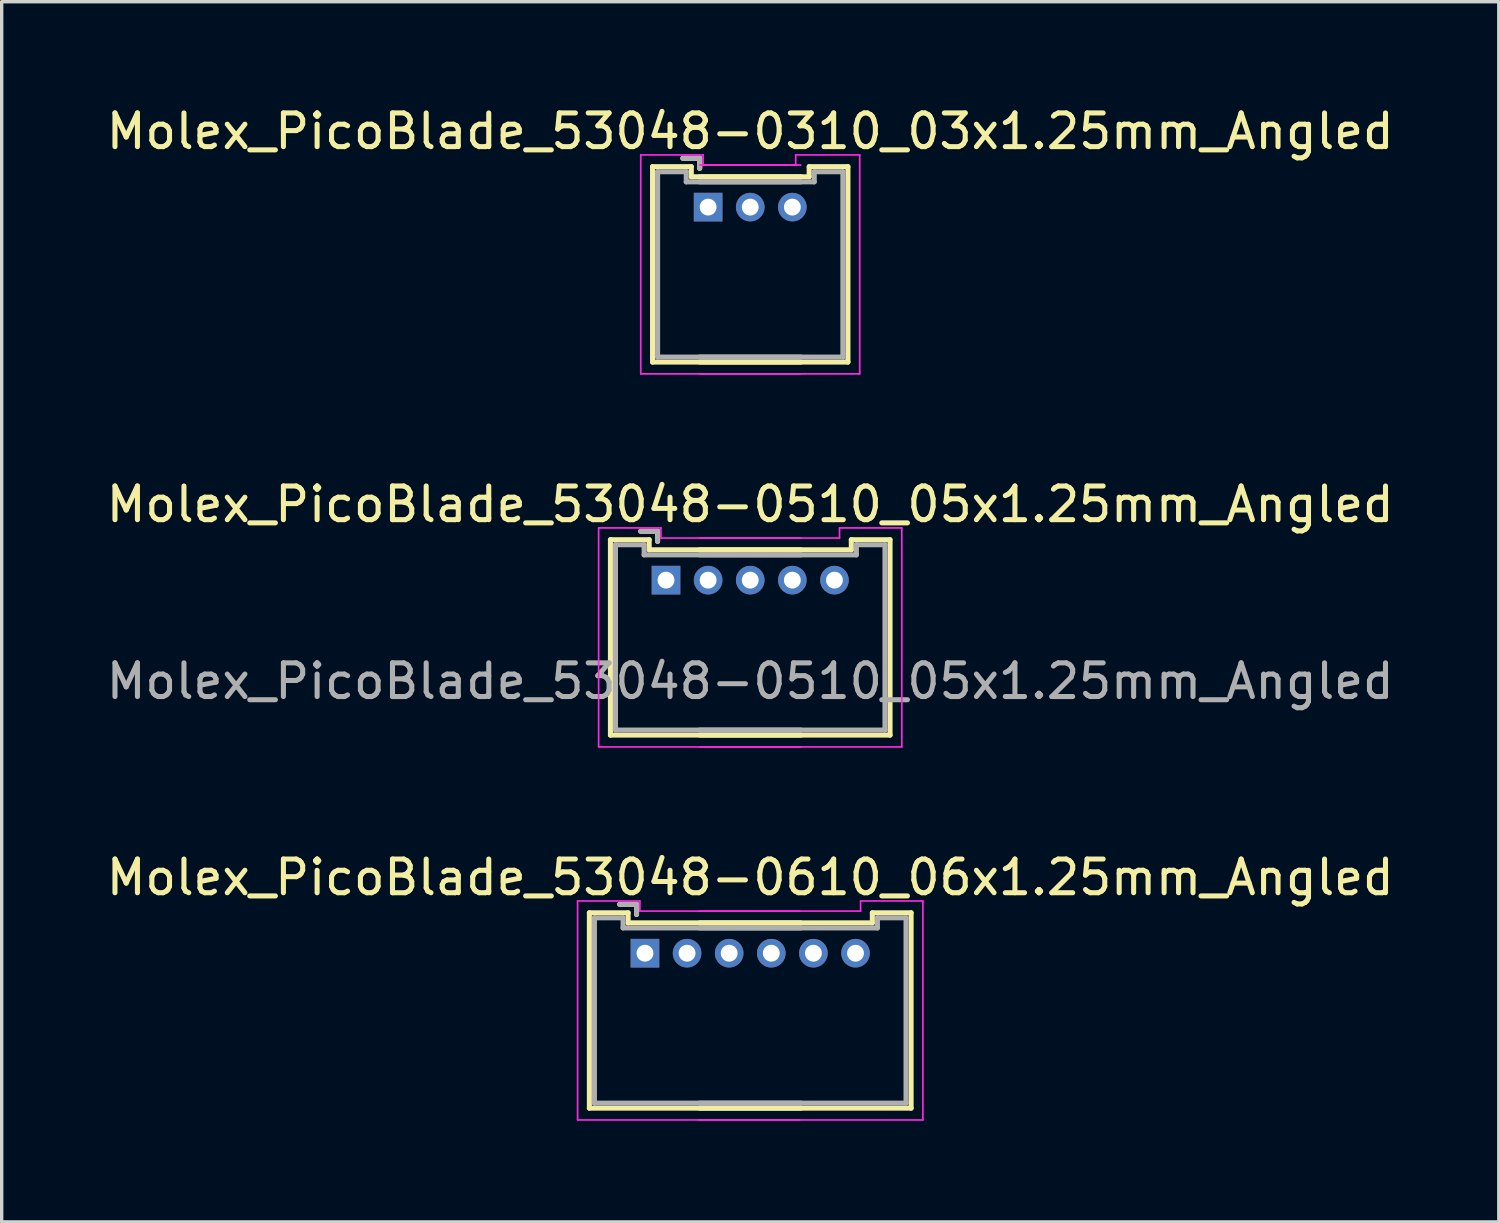
<source format=kicad_pcb>
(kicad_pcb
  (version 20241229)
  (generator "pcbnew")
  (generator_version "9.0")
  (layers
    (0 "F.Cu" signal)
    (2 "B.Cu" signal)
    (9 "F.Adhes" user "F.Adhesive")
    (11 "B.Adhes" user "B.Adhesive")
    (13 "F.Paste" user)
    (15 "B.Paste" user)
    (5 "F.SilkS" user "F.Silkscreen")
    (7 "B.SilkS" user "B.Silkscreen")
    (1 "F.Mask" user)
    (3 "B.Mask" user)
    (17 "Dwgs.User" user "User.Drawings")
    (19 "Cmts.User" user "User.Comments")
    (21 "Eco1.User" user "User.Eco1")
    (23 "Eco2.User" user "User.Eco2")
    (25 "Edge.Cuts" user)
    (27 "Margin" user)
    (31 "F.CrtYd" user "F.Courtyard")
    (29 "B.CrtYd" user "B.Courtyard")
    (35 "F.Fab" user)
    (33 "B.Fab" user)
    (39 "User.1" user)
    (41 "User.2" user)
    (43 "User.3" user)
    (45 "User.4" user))
  (footprint "Molex_PicoBlade_53048-0610_06x1.25mm_Angled"
    (layer "F.Cu")
    (at 16.095 25.245)
    (property "Reference" "Molex_PicoBlade_53048-0610_06x1.25mm_Angled" (at 3.125 -2.25 0) (layer "F.SilkS") (effects (font (size 1 1) (thickness 0.15))))
    (attr through_hole)
    (fp_line (start -1.65 -1.2) (end -1.65 4.6) (stroke (width 0.15) (type solid)) (layer "F.SilkS"))
    (fp_line (start -1.65 4.6) (end 4.625 4.6) (stroke (width 0.15) (type solid)) (layer "F.SilkS"))
    (fp_line (start -0.5 -1.2) (end -1.65 -1.2) (stroke (width 0.15) (type solid)) (layer "F.SilkS"))
    (fp_line (start -0.5 -0.9) (end -0.5 -1.2) (stroke (width 0.15) (type solid)) (layer "F.SilkS"))
    (fp_line (start -0.25 -1.45) (end -0.75 -1.45) (stroke (width 0.15) (type solid)) (layer "F.SilkS"))
    (fp_line (start -0.25 -1.15) (end -0.25 -1.45) (stroke (width 0.15) (type solid)) (layer "F.SilkS"))
    (fp_line (start 1.625 -0.9) (end 6.75 -0.9) (stroke (width 0.15) (type solid)) (layer "F.SilkS"))
    (fp_line (start 4.625 -0.9) (end -0.5 -0.9) (stroke (width 0.15) (type solid)) (layer "F.SilkS"))
    (fp_line (start 6.75 -1.2) (end 7.9 -1.2) (stroke (width 0.15) (type solid)) (layer "F.SilkS"))
    (fp_line (start 6.75 -0.9) (end 6.75 -1.2) (stroke (width 0.15) (type solid)) (layer "F.SilkS"))
    (fp_line (start 7.9 -1.2) (end 7.9 4.6) (stroke (width 0.15) (type solid)) (layer "F.SilkS"))
    (fp_line (start 7.9 4.6) (end 1.625 4.6) (stroke (width 0.15) (type solid)) (layer "F.SilkS"))
    (fp_line (start -2 -1.55) (end -2 4.95) (stroke (width 0.05) (type solid)) (layer "F.CrtYd"))
    (fp_line (start -2 4.95) (end 4.6 4.95) (stroke (width 0.05) (type solid)) (layer "F.CrtYd"))
    (fp_line (start -0.15 -1.55) (end -2 -1.55) (stroke (width 0.05) (type solid)) (layer "F.CrtYd"))
    (fp_line (start -0.15 -1.25) (end -0.15 -1.55) (stroke (width 0.05) (type solid)) (layer "F.CrtYd"))
    (fp_line (start 1.6 -1.25) (end 6.4 -1.25) (stroke (width 0.05) (type solid)) (layer "F.CrtYd"))
    (fp_line (start 4.6 -1.25) (end -0.15 -1.25) (stroke (width 0.05) (type solid)) (layer "F.CrtYd"))
    (fp_line (start 6.4 -1.55) (end 8.25 -1.55) (stroke (width 0.05) (type solid)) (layer "F.CrtYd"))
    (fp_line (start 6.4 -1.25) (end 6.4 -1.55) (stroke (width 0.05) (type solid)) (layer "F.CrtYd"))
    (fp_line (start 8.25 -1.55) (end 8.25 4.95) (stroke (width 0.05) (type solid)) (layer "F.CrtYd"))
    (fp_line (start 8.25 4.95) (end 1.6 4.95) (stroke (width 0.05) (type solid)) (layer "F.CrtYd"))
    (fp_line (start -1.5 -1.05) (end -1.5 4.45) (stroke (width 0.15) (type solid)) (layer "F.Fab"))
    (fp_line (start -1.5 4.45) (end 4.625 4.45) (stroke (width 0.15) (type solid)) (layer "F.Fab"))
    (fp_line (start -0.65 -1.05) (end -1.5 -1.05) (stroke (width 0.15) (type solid)) (layer "F.Fab"))
    (fp_line (start -0.65 -0.75) (end -0.65 -1.05) (stroke (width 0.15) (type solid)) (layer "F.Fab"))
    (fp_line (start -0.25 -1.45) (end -0.75 -1.45) (stroke (width 0.15) (type solid)) (layer "F.Fab"))
    (fp_line (start -0.25 -1.15) (end -0.25 -1.45) (stroke (width 0.15) (type solid)) (layer "F.Fab"))
    (fp_line (start 1.625 -0.75) (end 6.9 -0.75) (stroke (width 0.15) (type solid)) (layer "F.Fab"))
    (fp_line (start 4.625 -0.75) (end -0.65 -0.75) (stroke (width 0.15) (type solid)) (layer "F.Fab"))
    (fp_line (start 6.9 -1.05) (end 7.75 -1.05) (stroke (width 0.15) (type solid)) (layer "F.Fab"))
    (fp_line (start 6.9 -0.75) (end 6.9 -1.05) (stroke (width 0.15) (type solid)) (layer "F.Fab"))
    (fp_line (start 7.75 -1.05) (end 7.75 4.45) (stroke (width 0.15) (type solid)) (layer "F.Fab"))
    (fp_line (start 7.75 4.45) (end 1.625 4.45) (stroke (width 0.15) (type solid)) (layer "F.Fab"))
    (pad "1" thru_hole rect (at 0 0) (size 0.85 0.85) (drill 0.5) (layers "*.Cu" "*.Mask"))
    (pad "2" thru_hole circle (at 1.25 0) (size 0.85 0.85) (drill 0.5) (layers "*.Cu" "*.Mask"))
    (pad "3" thru_hole circle (at 2.5 0) (size 0.85 0.85) (drill 0.5) (layers "*.Cu" "*.Mask"))
    (pad "4" thru_hole circle (at 3.75 0) (size 0.85 0.85) (drill 0.5) (layers "*.Cu" "*.Mask"))
    (pad "5" thru_hole circle (at 5 0) (size 0.85 0.85) (drill 0.5) (layers "*.Cu" "*.Mask"))
    (pad "6" thru_hole circle (at 6.25 0) (size 0.85 0.85) (drill 0.5) (layers "*.Cu" "*.Mask")))
  (footprint "Molex_PicoBlade_53048-0310_03x1.25mm_Angled"
    (layer "F.Cu")
    (at 17.97 3.098)
    (property "Reference" "Molex_PicoBlade_53048-0310_03x1.25mm_Angled" (at 1.25 -2.25 0) (layer "F.SilkS") (effects (font (size 1 1) (thickness 0.15))))
    (attr through_hole)
    (fp_line (start -1.65 -1.2) (end -1.65 4.6) (stroke (width 0.15) (type solid)) (layer "F.SilkS"))
    (fp_line (start -1.65 4.6) (end 2.75 4.6) (stroke (width 0.15) (type solid)) (layer "F.SilkS"))
    (fp_line (start -0.5 -1.2) (end -1.65 -1.2) (stroke (width 0.15) (type solid)) (layer "F.SilkS"))
    (fp_line (start -0.5 -0.9) (end -0.5 -1.2) (stroke (width 0.15) (type solid)) (layer "F.SilkS"))
    (fp_line (start -0.25 -1.45) (end -0.75 -1.45) (stroke (width 0.15) (type solid)) (layer "F.SilkS"))
    (fp_line (start -0.25 -1.15) (end -0.25 -1.45) (stroke (width 0.15) (type solid)) (layer "F.SilkS"))
    (fp_line (start -0.25 -0.9) (end 3 -0.9) (stroke (width 0.15) (type solid)) (layer "F.SilkS"))
    (fp_line (start 2.75 -0.9) (end -0.5 -0.9) (stroke (width 0.15) (type solid)) (layer "F.SilkS"))
    (fp_line (start 3 -1.2) (end 4.15 -1.2) (stroke (width 0.15) (type solid)) (layer "F.SilkS"))
    (fp_line (start 3 -0.9) (end 3 -1.2) (stroke (width 0.15) (type solid)) (layer "F.SilkS"))
    (fp_line (start 4.15 -1.2) (end 4.15 4.6) (stroke (width 0.15) (type solid)) (layer "F.SilkS"))
    (fp_line (start 4.15 4.6) (end -0.25 4.6) (stroke (width 0.15) (type solid)) (layer "F.SilkS"))
    (fp_line (start -2 -1.55) (end -2 4.95) (stroke (width 0.05) (type solid)) (layer "F.CrtYd"))
    (fp_line (start -2 4.95) (end 2.75 4.95) (stroke (width 0.05) (type solid)) (layer "F.CrtYd"))
    (fp_line (start -0.25 -1.25) (end 2.6 -1.25) (stroke (width 0.05) (type solid)) (layer "F.CrtYd"))
    (fp_line (start -0.15 -1.55) (end -2 -1.55) (stroke (width 0.05) (type solid)) (layer "F.CrtYd"))
    (fp_line (start -0.15 -1.25) (end -0.15 -1.55) (stroke (width 0.05) (type solid)) (layer "F.CrtYd"))
    (fp_line (start 2.6 -1.55) (end 4.5 -1.55) (stroke (width 0.05) (type solid)) (layer "F.CrtYd"))
    (fp_line (start 2.6 -1.25) (end 2.6 -1.55) (stroke (width 0.05) (type solid)) (layer "F.CrtYd"))
    (fp_line (start 2.75 -1.25) (end -0.15 -1.25) (stroke (width 0.05) (type solid)) (layer "F.CrtYd"))
    (fp_line (start 4.5 -1.55) (end 4.5 4.95) (stroke (width 0.05) (type solid)) (layer "F.CrtYd"))
    (fp_line (start 4.5 4.95) (end -0.25 4.95) (stroke (width 0.05) (type solid)) (layer "F.CrtYd"))
    (fp_line (start -1.5 -1.05) (end -1.5 4.45) (stroke (width 0.15) (type solid)) (layer "F.Fab"))
    (fp_line (start -1.5 4.45) (end 2.75 4.45) (stroke (width 0.15) (type solid)) (layer "F.Fab"))
    (fp_line (start -0.65 -1.05) (end -1.5 -1.05) (stroke (width 0.15) (type solid)) (layer "F.Fab"))
    (fp_line (start -0.65 -0.75) (end -0.65 -1.05) (stroke (width 0.15) (type solid)) (layer "F.Fab"))
    (fp_line (start -0.25 -1.45) (end -0.75 -1.45) (stroke (width 0.15) (type solid)) (layer "F.Fab"))
    (fp_line (start -0.25 -1.15) (end -0.25 -1.45) (stroke (width 0.15) (type solid)) (layer "F.Fab"))
    (fp_line (start -0.25 -0.75) (end 3.15 -0.75) (stroke (width 0.15) (type solid)) (layer "F.Fab"))
    (fp_line (start 2.75 -0.75) (end -0.65 -0.75) (stroke (width 0.15) (type solid)) (layer "F.Fab"))
    (fp_line (start 3.15 -1.05) (end 4 -1.05) (stroke (width 0.15) (type solid)) (layer "F.Fab"))
    (fp_line (start 3.15 -0.75) (end 3.15 -1.05) (stroke (width 0.15) (type solid)) (layer "F.Fab"))
    (fp_line (start 4 -1.05) (end 4 4.45) (stroke (width 0.15) (type solid)) (layer "F.Fab"))
    (fp_line (start 4 4.45) (end -0.25 4.45) (stroke (width 0.15) (type solid)) (layer "F.Fab"))
    (pad "1" thru_hole rect (at 0 0) (size 0.85 0.85) (drill 0.5) (layers "*.Cu" "*.Mask"))
    (pad "2" thru_hole circle (at 1.25 0) (size 0.85 0.85) (drill 0.5) (layers "*.Cu" "*.Mask"))
    (pad "3" thru_hole circle (at 2.5 0) (size 0.85 0.85) (drill 0.5) (layers "*.Cu" "*.Mask")))
  (footprint "Molex_PicoBlade_53048-0510_05x1.25mm_Angled"
    (layer "F.Cu")
    (at 16.72 14.171)
    (property "Reference" "Molex_PicoBlade_53048-0510_05x1.25mm_Angled" (at 2.5 -2.25 0) (layer "F.SilkS") (effects (font (size 1 1) (thickness 0.15))))
    (attr through_hole)
    (fp_line (start -1.65 -1.2) (end -1.65 4.6) (stroke (width 0.15) (type solid)) (layer "F.SilkS"))
    (fp_line (start -1.65 4.6) (end 4 4.6) (stroke (width 0.15) (type solid)) (layer "F.SilkS"))
    (fp_line (start -0.5 -1.2) (end -1.65 -1.2) (stroke (width 0.15) (type solid)) (layer "F.SilkS"))
    (fp_line (start -0.5 -0.9) (end -0.5 -1.2) (stroke (width 0.15) (type solid)) (layer "F.SilkS"))
    (fp_line (start -0.25 -1.45) (end -0.75 -1.45) (stroke (width 0.15) (type solid)) (layer "F.SilkS"))
    (fp_line (start -0.25 -1.15) (end -0.25 -1.45) (stroke (width 0.15) (type solid)) (layer "F.SilkS"))
    (fp_line (start 1 -0.9) (end 5.5 -0.9) (stroke (width 0.15) (type solid)) (layer "F.SilkS"))
    (fp_line (start 4 -0.9) (end -0.5 -0.9) (stroke (width 0.15) (type solid)) (layer "F.SilkS"))
    (fp_line (start 5.5 -1.2) (end 6.65 -1.2) (stroke (width 0.15) (type solid)) (layer "F.SilkS"))
    (fp_line (start 5.5 -0.9) (end 5.5 -1.2) (stroke (width 0.15) (type solid)) (layer "F.SilkS"))
    (fp_line (start 6.65 -1.2) (end 6.65 4.6) (stroke (width 0.15) (type solid)) (layer "F.SilkS"))
    (fp_line (start 6.65 4.6) (end 1 4.6) (stroke (width 0.15) (type solid)) (layer "F.SilkS"))
    (fp_line (start -2 -1.55) (end -2 4.95) (stroke (width 0.05) (type solid)) (layer "F.CrtYd"))
    (fp_line (start -2 4.95) (end 4 4.95) (stroke (width 0.05) (type solid)) (layer "F.CrtYd"))
    (fp_line (start -0.15 -1.55) (end -2 -1.55) (stroke (width 0.05) (type solid)) (layer "F.CrtYd"))
    (fp_line (start -0.15 -1.25) (end -0.15 -1.55) (stroke (width 0.05) (type solid)) (layer "F.CrtYd"))
    (fp_line (start 1 -1.25) (end 5.15 -1.25) (stroke (width 0.05) (type solid)) (layer "F.CrtYd"))
    (fp_line (start 4 -1.25) (end -0.15 -1.25) (stroke (width 0.05) (type solid)) (layer "F.CrtYd"))
    (fp_line (start 5.15 -1.55) (end 7 -1.55) (stroke (width 0.05) (type solid)) (layer "F.CrtYd"))
    (fp_line (start 5.15 -1.25) (end 5.15 -1.55) (stroke (width 0.05) (type solid)) (layer "F.CrtYd"))
    (fp_line (start 7 -1.55) (end 7 4.95) (stroke (width 0.05) (type solid)) (layer "F.CrtYd"))
    (fp_line (start 7 4.95) (end 1 4.95) (stroke (width 0.05) (type solid)) (layer "F.CrtYd"))
    (fp_line (start -1.5 -1.05) (end -1.5 4.45) (stroke (width 0.15) (type solid)) (layer "F.Fab"))
    (fp_line (start -1.5 4.45) (end 4 4.45) (stroke (width 0.15) (type solid)) (layer "F.Fab"))
    (fp_line (start -0.65 -1.05) (end -1.5 -1.05) (stroke (width 0.15) (type solid)) (layer "F.Fab"))
    (fp_line (start -0.65 -0.75) (end -0.65 -1.05) (stroke (width 0.15) (type solid)) (layer "F.Fab"))
    (fp_line (start -0.25 -1.45) (end -0.75 -1.45) (stroke (width 0.15) (type solid)) (layer "F.Fab"))
    (fp_line (start -0.25 -1.15) (end -0.25 -1.45) (stroke (width 0.15) (type solid)) (layer "F.Fab"))
    (fp_line (start 1 -0.75) (end 5.65 -0.75) (stroke (width 0.15) (type solid)) (layer "F.Fab"))
    (fp_line (start 4 -0.75) (end -0.65 -0.75) (stroke (width 0.15) (type solid)) (layer "F.Fab"))
    (fp_line (start 5.65 -1.05) (end 6.5 -1.05) (stroke (width 0.15) (type solid)) (layer "F.Fab"))
    (fp_line (start 5.65 -0.75) (end 5.65 -1.05) (stroke (width 0.15) (type solid)) (layer "F.Fab"))
    (fp_line (start 6.5 -1.05) (end 6.5 4.45) (stroke (width 0.15) (type solid)) (layer "F.Fab"))
    (fp_line (start 6.5 4.45) (end 1 4.45) (stroke (width 0.15) (type solid)) (layer "F.Fab"))
    (fp_text user "${REFERENCE}" (at 2.5 3 0) (layer "F.Fab") (effects (font (size 1 1) (thickness 0.15))))
    (pad "1" thru_hole rect (at 0 0) (size 0.85 0.85) (drill 0.5) (layers "*.Cu" "*.Mask"))
    (pad "2" thru_hole circle (at 1.25 0) (size 0.85 0.85) (drill 0.5) (layers "*.Cu" "*.Mask"))
    (pad "3" thru_hole circle (at 2.5 0) (size 0.85 0.85) (drill 0.5) (layers "*.Cu" "*.Mask"))
    (pad "4" thru_hole circle (at 3.75 0) (size 0.85 0.85) (drill 0.5) (layers "*.Cu" "*.Mask"))
    (pad "5" thru_hole circle (at 5 0) (size 0.85 0.85) (drill 0.5) (layers "*.Cu" "*.Mask")))
  (gr_rect
    (start -3 -3)
    (end 41.44 33.22)
    (stroke (width 0.1) (type default))
    (fill no)
    (layer "Edge.Cuts")))
</source>
